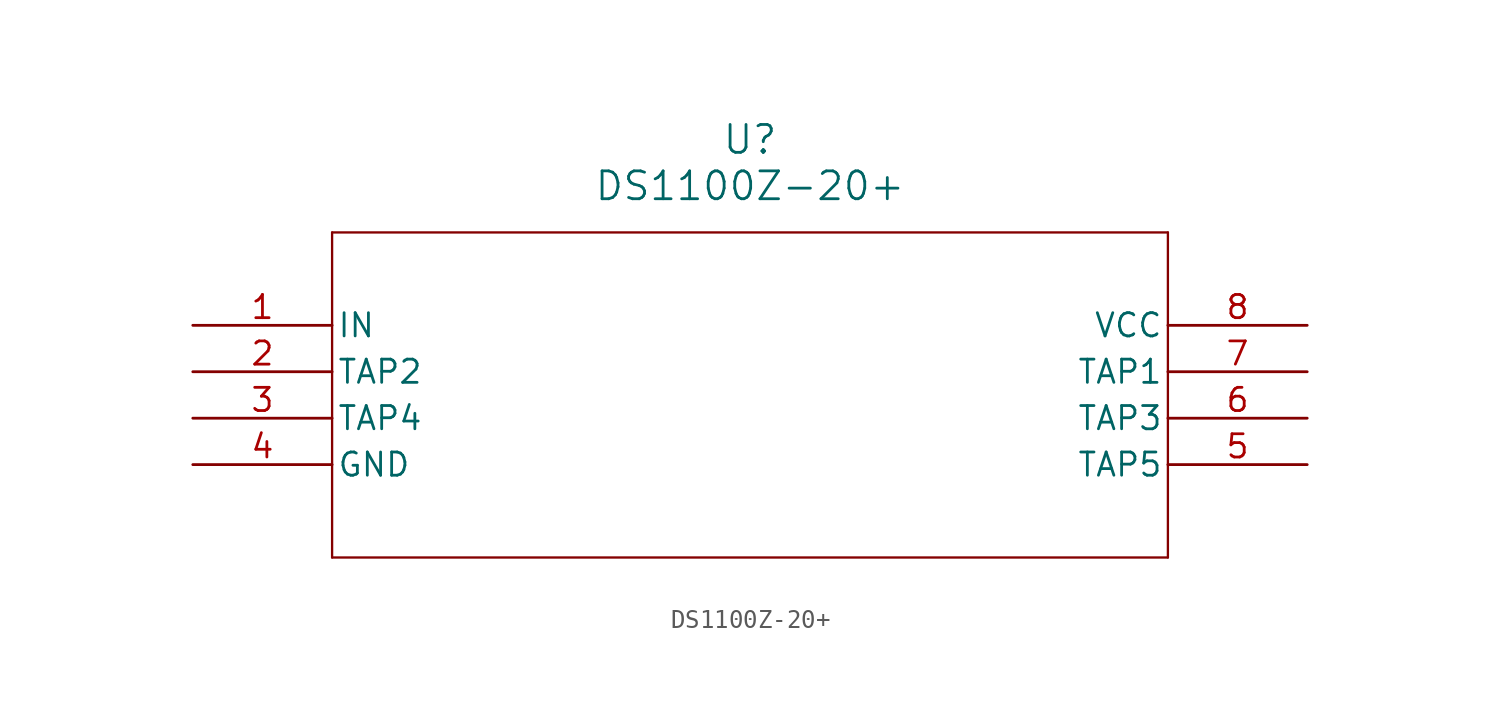
<source format=kicad_sym>
(kicad_symbol_lib
  (version 20211014)
  (generator kicad_symbol_editor)
  (symbol "DS1100Z-20+"
    (pin_names
      (offset 0.254))
    (property "Reference" "U"
      (at 30.48 10.16 0)
      (effects (font (size 1.524 1.524))))
    (property "Value" "DS1100Z-20+"
      (at 30.48 7.62 0)
      (effects (font (size 1.524 1.524))))
    (symbol "DS1100Z-20+_0_1"
      (polyline (pts (xy 7.62 5.08) (xy 7.62 -12.7)) (stroke (width 0.127) (type default) (color 0 0 0 0)) (fill (type none)))
      (polyline (pts (xy 7.62 -12.7) (xy 53.34 -12.7)) (stroke (width 0.127) (type default) (color 0 0 0 0)) (fill (type none)))
      (polyline (pts (xy 53.34 -12.7) (xy 53.34 5.08)) (stroke (width 0.127) (type default) (color 0 0 0 0)) (fill (type none)))
      (polyline (pts (xy 53.34 5.08) (xy 7.62 5.08)) (stroke (width 0.127) (type default) (color 0 0 0 0)) (fill (type none)))
      (pin input line (at 0 0 0) (length 7.62) (name "IN" (effects (font (size 1.27 1.27)))) (number "1" (effects (font (size 1.27 1.27)))))
      (pin bidirectional line (at 0 -2.54 0) (length 7.62) (name "TAP2" (effects (font (size 1.27 1.27)))) (number "2" (effects (font (size 1.27 1.27)))))
      (pin bidirectional line (at 0 -5.08 0) (length 7.62) (name "TAP4" (effects (font (size 1.27 1.27)))) (number "3" (effects (font (size 1.27 1.27)))))
      (pin power_in line (at 0 -7.62 0) (length 7.62) (name "GND" (effects (font (size 1.27 1.27)))) (number "4" (effects (font (size 1.27 1.27)))))
      (pin bidirectional line (at 60.96 -7.62 180) (length 7.62) (name "TAP5" (effects (font (size 1.27 1.27)))) (number "5" (effects (font (size 1.27 1.27)))))
      (pin bidirectional line (at 60.96 -5.08 180) (length 7.62) (name "TAP3" (effects (font (size 1.27 1.27)))) (number "6" (effects (font (size 1.27 1.27)))))
      (pin bidirectional line (at 60.96 -2.54 180) (length 7.62) (name "TAP1" (effects (font (size 1.27 1.27)))) (number "7" (effects (font (size 1.27 1.27)))))
      (pin power_in line (at 60.96 0 180) (length 7.62) (name "VCC" (effects (font (size 1.27 1.27)))) (number "8" (effects (font (size 1.27 1.27))))))))
</source>
